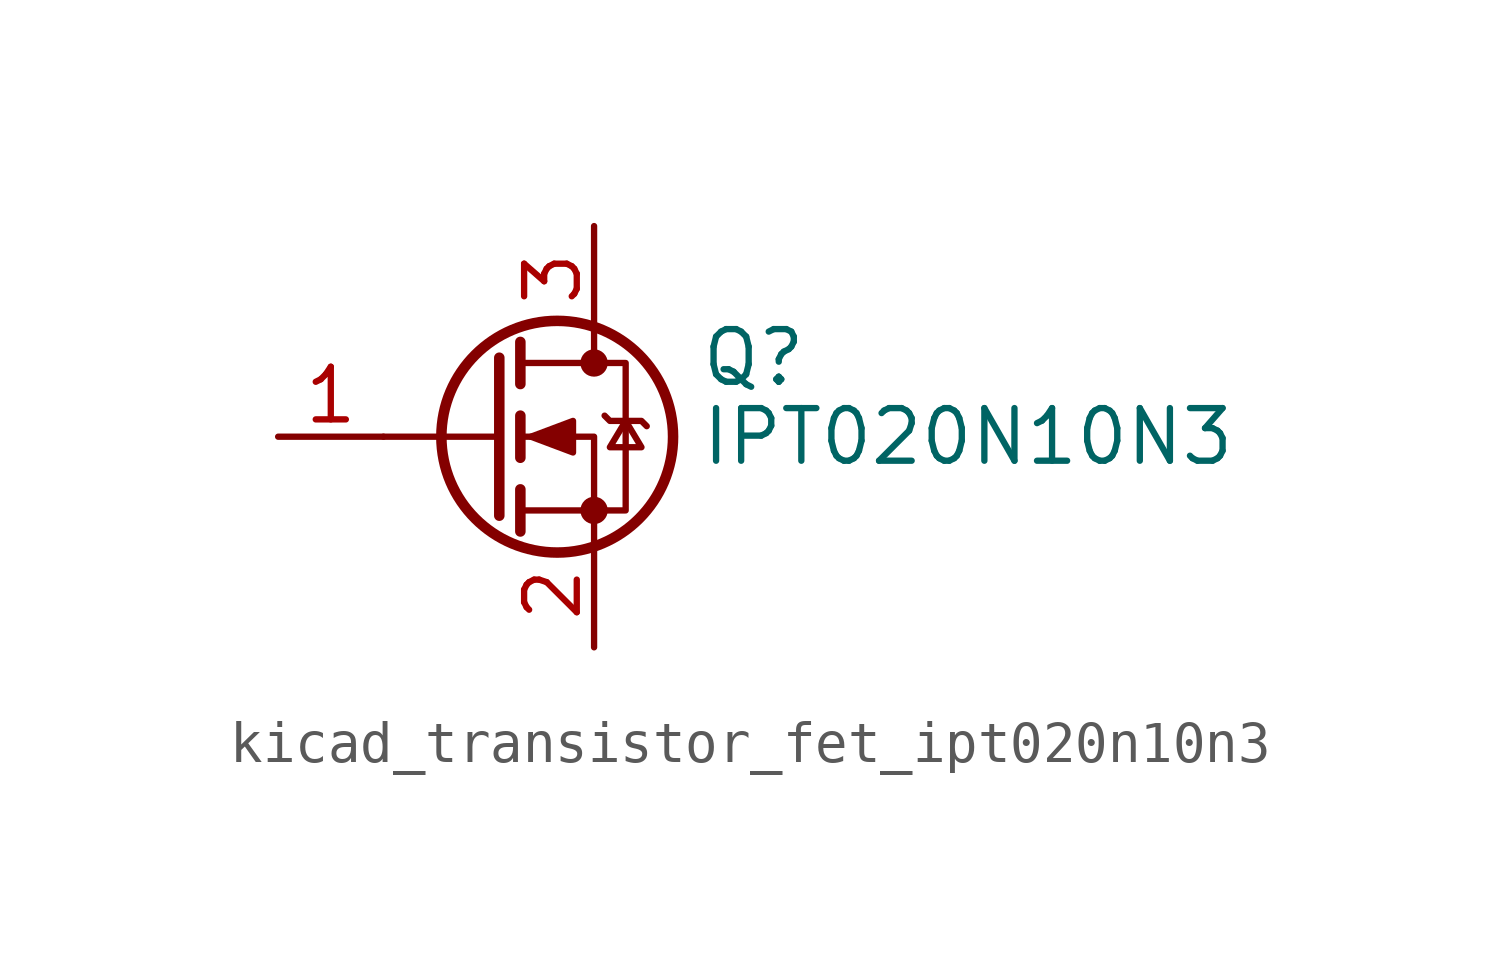
<source format=kicad_sym>
(kicad_symbol_lib
  (version 20220914)
  (generator kicad_symbol_editor)
  (symbol "kicad_transistor_fet_ipt020n10n3"
    (pin_names hide)
    (property "Reference" "Q"
      (at 5.08 1.905 0)
      (effects (font (size 1.27 1.27)) (justify left)))
    (property "Value" "IPT020N10N3"
      (at 5.08 0 0)
      (effects (font (size 1.27 1.27)) (justify left)))
    (symbol "kicad_transistor_fet_ipt020n10n3_0_1"
      (polyline (pts (xy 0.254 0) (xy -2.54 0)) (stroke (width 0) (type default)) (fill (type none)))
      (polyline (pts (xy 0.254 1.905) (xy 0.254 -1.905)) (stroke (width 0.254) (type default)) (fill (type none)))
      (polyline (pts (xy 0.762 -1.27) (xy 0.762 -2.286)) (stroke (width 0.254) (type default)) (fill (type none)))
      (polyline (pts (xy 0.762 0.508) (xy 0.762 -0.508)) (stroke (width 0.254) (type default)) (fill (type none)))
      (polyline (pts (xy 0.762 2.286) (xy 0.762 1.27)) (stroke (width 0.254) (type default)) (fill (type none)))
      (polyline (pts (xy 2.54 2.54) (xy 2.54 1.778)) (stroke (width 0) (type default)) (fill (type none)))
      (polyline (pts (xy 2.54 -2.54) (xy 2.54 0) (xy 0.762 0)) (stroke (width 0) (type default)) (fill (type none)))
      (polyline (pts (xy 0.762 -1.778) (xy 3.302 -1.778) (xy 3.302 1.778) (xy 0.762 1.778)) (stroke (width 0) (type default)) (fill (type none)))
      (polyline (pts (xy 1.016 0) (xy 2.032 0.381) (xy 2.032 -0.381) (xy 1.016 0)) (stroke (width 0) (type default)) (fill (type outline)))
      (polyline (pts (xy 2.794 0.508) (xy 2.921 0.381) (xy 3.683 0.381) (xy 3.81 0.254)) (stroke (width 0) (type default)) (fill (type none)))
      (polyline (pts (xy 3.302 0.381) (xy 2.921 -0.254) (xy 3.683 -0.254) (xy 3.302 0.381)) (stroke (width 0) (type default)) (fill (type none)))
      (circle (center 1.651 0) (radius 2.794) (stroke (width 0.254) (type default)) (fill (type none)))
      (circle (center 2.54 -1.778) (radius 0.254) (stroke (width 0) (type default)) (fill (type outline)))
      (circle (center 2.54 1.778) (radius 0.254) (stroke (width 0) (type default)) (fill (type outline))))
    (symbol "kicad_transistor_fet_ipt020n10n3_1_1"
      (pin input line (at -5.08 0 0) (length 2.54) (name "G" (effects (font (size 1.27 1.27)))) (number "1" (effects (font (size 1.27 1.27)))))
      (pin passive line (at 2.54 -5.08 90) (length 2.54) (name "S" (effects (font (size 1.27 1.27)))) (number "2" (effects (font (size 1.27 1.27)))))
      (pin passive line (at 2.54 5.08 270) (length 2.54) (name "D" (effects (font (size 1.27 1.27)))) (number "3" (effects (font (size 1.27 1.27))))))))
</source>
